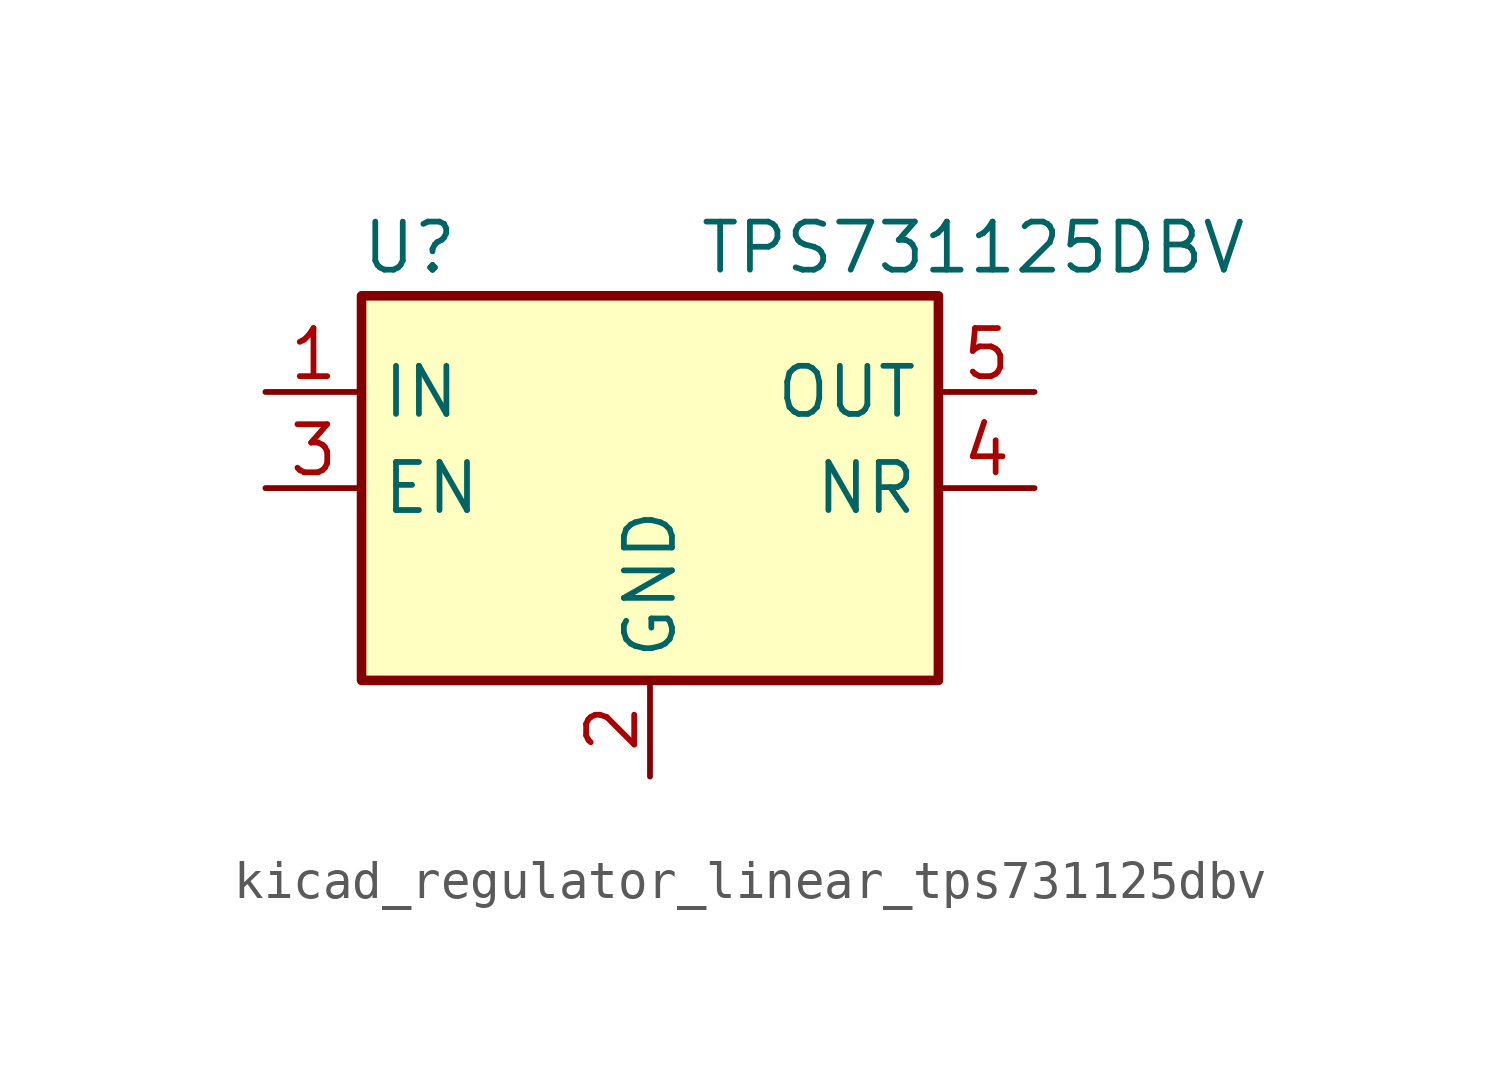
<source format=kicad_sym>
(kicad_symbol_lib
  (version 20220914)
  (generator kicad_symbol_editor)
  (symbol "kicad_regulator_linear_tps731125dbv"
    (property "Reference" "U"
      (at -6.35 6.35 0)
      (effects (font (size 1.27 1.27))))
    (property "Value" "TPS731125DBV"
      (at 1.27 6.35 0)
      (effects (font (size 1.27 1.27)) (justify left)))
    (symbol "kicad_regulator_linear_tps731125dbv_0_1"
      (rectangle (start -7.62 -5.08) (end 7.62 5.08) (stroke (width 0.254) (type default)) (fill (type background))))
    (symbol "kicad_regulator_linear_tps731125dbv_1_1"
      (pin power_in line (at -10.16 2.54 0) (length 2.54) (name "IN" (effects (font (size 1.27 1.27)))) (number "1" (effects (font (size 1.27 1.27)))))
      (pin power_in line (at 0 -7.62 90) (length 2.54) (name "GND" (effects (font (size 1.27 1.27)))) (number "2" (effects (font (size 1.27 1.27)))))
      (pin input line (at -10.16 0 0) (length 2.54) (name "EN" (effects (font (size 1.27 1.27)))) (number "3" (effects (font (size 1.27 1.27)))))
      (pin passive line (at 10.16 0 180) (length 2.54) (name "NR" (effects (font (size 1.27 1.27)))) (number "4" (effects (font (size 1.27 1.27)))))
      (pin power_out line (at 10.16 2.54 180) (length 2.54) (name "OUT" (effects (font (size 1.27 1.27)))) (number "5" (effects (font (size 1.27 1.27))))))))
</source>
